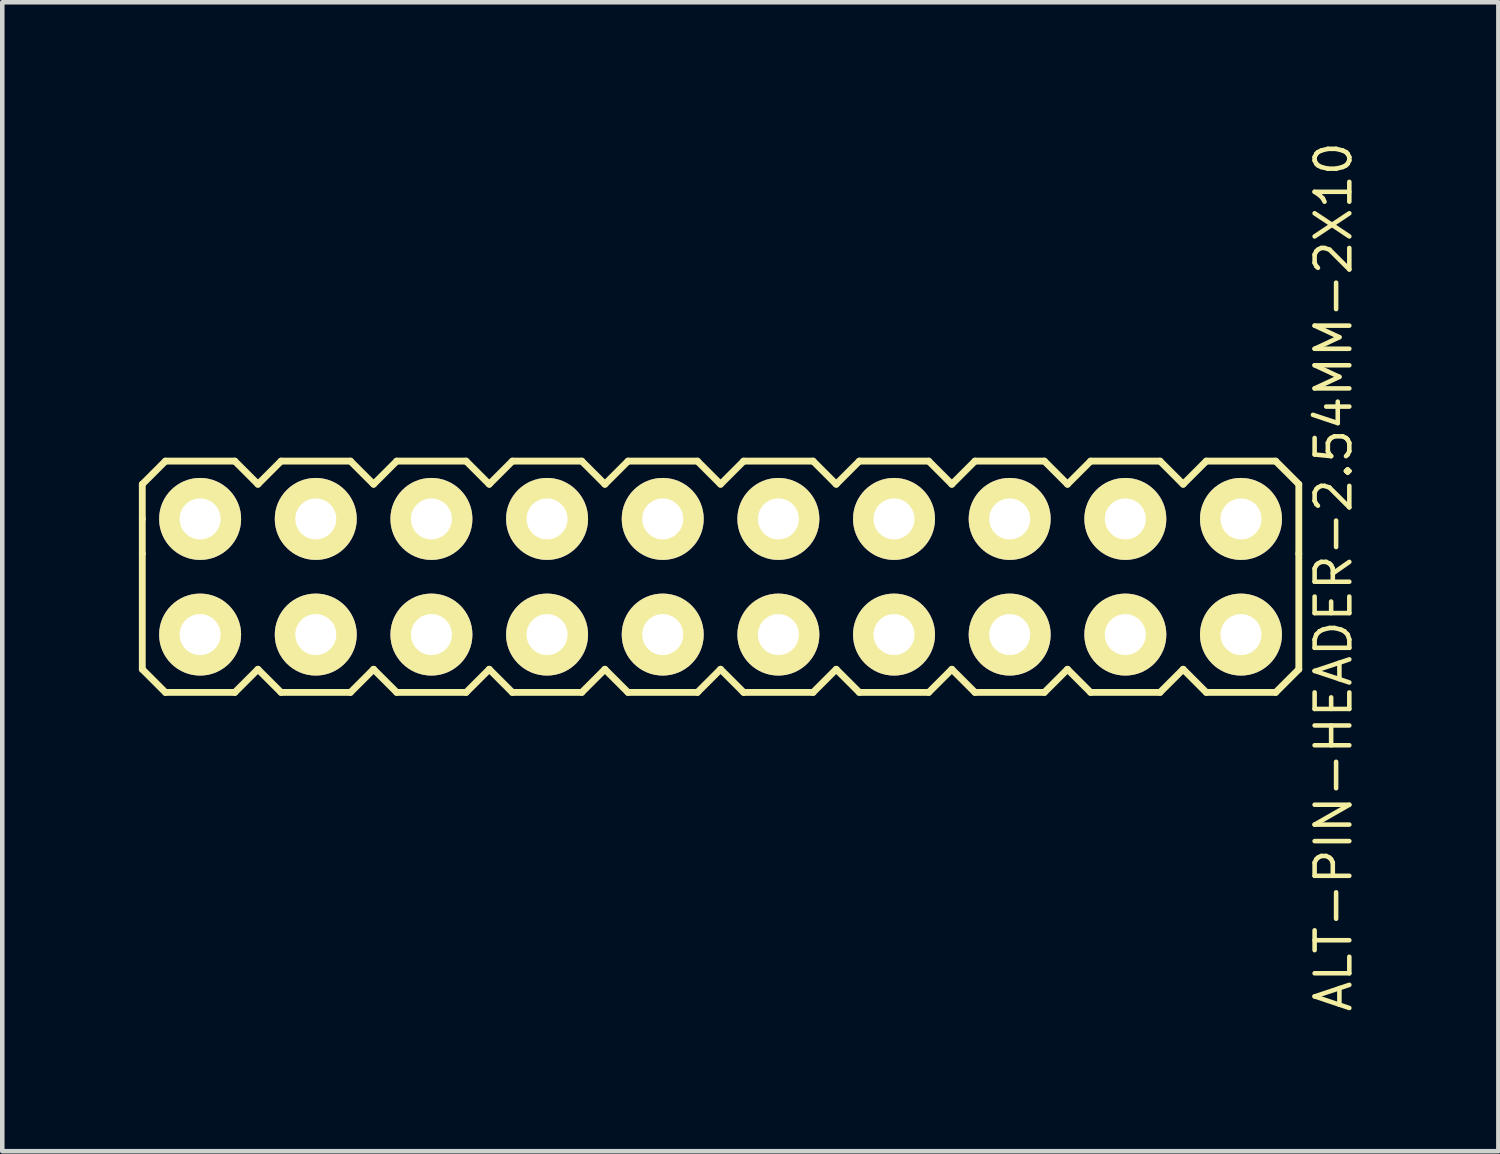
<source format=kicad_pcb>
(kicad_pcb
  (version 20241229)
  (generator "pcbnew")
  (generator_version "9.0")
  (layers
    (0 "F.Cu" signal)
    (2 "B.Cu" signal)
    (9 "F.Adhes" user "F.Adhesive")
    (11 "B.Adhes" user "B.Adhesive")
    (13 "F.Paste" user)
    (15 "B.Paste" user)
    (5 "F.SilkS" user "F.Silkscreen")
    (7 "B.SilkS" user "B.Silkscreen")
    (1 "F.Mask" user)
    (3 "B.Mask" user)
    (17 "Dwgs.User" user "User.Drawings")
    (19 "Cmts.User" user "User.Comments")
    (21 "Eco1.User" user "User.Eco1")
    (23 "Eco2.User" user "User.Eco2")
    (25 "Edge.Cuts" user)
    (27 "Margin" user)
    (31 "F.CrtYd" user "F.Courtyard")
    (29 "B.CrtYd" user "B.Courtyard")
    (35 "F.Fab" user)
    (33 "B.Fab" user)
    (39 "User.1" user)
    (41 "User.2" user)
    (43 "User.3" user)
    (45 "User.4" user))
  (footprint "ALT-PIN-HEADER-2.54MM-2X10"
    (layer "F.Cu")
    (at 12.775 9.617)
    (property "Reference" "ALT-PIN-HEADER-2.54MM-2X10" (at 13.462 0 90) (layer "F.SilkS") (effects (font (size 0.762 0.762) (thickness 0.1))))
    (attr through_hole)
    (fp_line (start -12.7 -2.032) (end -12.192 -2.54) (stroke (width 0.15) (type solid)) (layer "F.SilkS"))
    (fp_line (start -12.7 -1.27) (end -12.7 -2.032) (stroke (width 0.15) (type solid)) (layer "F.SilkS"))
    (fp_line (start -12.7 -0.508) (end -12.7 -1.27) (stroke (width 0.15) (type solid)) (layer "F.SilkS"))
    (fp_line (start -12.7 -0.508) (end -12.7 2.032) (stroke (width 0.15) (type solid)) (layer "F.SilkS"))
    (fp_line (start -12.7 2.032) (end -12.192 2.54) (stroke (width 0.15) (type solid)) (layer "F.SilkS"))
    (fp_line (start -12.192 -2.54) (end -10.668 -2.54) (stroke (width 0.15) (type solid)) (layer "F.SilkS"))
    (fp_line (start -12.192 2.54) (end -10.668 2.54) (stroke (width 0.15) (type solid)) (layer "F.SilkS"))
    (fp_line (start -10.668 -2.54) (end -10.16 -2.032) (stroke (width 0.15) (type solid)) (layer "F.SilkS"))
    (fp_line (start -10.668 2.54) (end -10.16 2.032) (stroke (width 0.15) (type solid)) (layer "F.SilkS"))
    (fp_line (start -10.16 -2.032) (end -9.652 -2.54) (stroke (width 0.15) (type solid)) (layer "F.SilkS"))
    (fp_line (start -10.16 2.032) (end -9.652 2.54) (stroke (width 0.15) (type solid)) (layer "F.SilkS"))
    (fp_line (start -9.652 -2.54) (end -8.128 -2.54) (stroke (width 0.15) (type solid)) (layer "F.SilkS"))
    (fp_line (start -9.652 2.54) (end -8.128 2.54) (stroke (width 0.15) (type solid)) (layer "F.SilkS"))
    (fp_line (start -8.128 -2.54) (end -7.62 -2.032) (stroke (width 0.15) (type solid)) (layer "F.SilkS"))
    (fp_line (start -8.128 2.54) (end -7.62 2.032) (stroke (width 0.15) (type solid)) (layer "F.SilkS"))
    (fp_line (start -7.62 -2.032) (end -7.112 -2.54) (stroke (width 0.15) (type solid)) (layer "F.SilkS"))
    (fp_line (start -7.62 2.032) (end -7.112 2.54) (stroke (width 0.15) (type solid)) (layer "F.SilkS"))
    (fp_line (start -7.112 -2.54) (end -5.588 -2.54) (stroke (width 0.15) (type solid)) (layer "F.SilkS"))
    (fp_line (start -7.112 2.54) (end -5.588 2.54) (stroke (width 0.15) (type solid)) (layer "F.SilkS"))
    (fp_line (start -5.588 -2.54) (end -5.08 -2.032) (stroke (width 0.15) (type solid)) (layer "F.SilkS"))
    (fp_line (start -5.588 2.54) (end -5.08 2.032) (stroke (width 0.15) (type solid)) (layer "F.SilkS"))
    (fp_line (start -5.08 -2.032) (end -4.572 -2.54) (stroke (width 0.15) (type solid)) (layer "F.SilkS"))
    (fp_line (start -5.08 2.032) (end -4.572 2.54) (stroke (width 0.15) (type solid)) (layer "F.SilkS"))
    (fp_line (start -4.572 -2.54) (end -3.048 -2.54) (stroke (width 0.15) (type solid)) (layer "F.SilkS"))
    (fp_line (start -4.572 2.54) (end -3.048 2.54) (stroke (width 0.15) (type solid)) (layer "F.SilkS"))
    (fp_line (start -3.048 -2.54) (end -2.54 -2.032) (stroke (width 0.15) (type solid)) (layer "F.SilkS"))
    (fp_line (start -3.048 2.54) (end -2.54 2.032) (stroke (width 0.15) (type solid)) (layer "F.SilkS"))
    (fp_line (start -2.54 -2.032) (end -2.032 -2.54) (stroke (width 0.15) (type solid)) (layer "F.SilkS"))
    (fp_line (start -2.54 2.032) (end -2.032 2.54) (stroke (width 0.15) (type solid)) (layer "F.SilkS"))
    (fp_line (start -2.032 -2.54) (end -0.508 -2.54) (stroke (width 0.15) (type solid)) (layer "F.SilkS"))
    (fp_line (start -2.032 2.54) (end -0.508 2.54) (stroke (width 0.15) (type solid)) (layer "F.SilkS"))
    (fp_line (start -0.508 -2.54) (end 0 -2.032) (stroke (width 0.15) (type solid)) (layer "F.SilkS"))
    (fp_line (start -0.508 2.54) (end 0 2.032) (stroke (width 0.15) (type solid)) (layer "F.SilkS"))
    (fp_line (start 0 -2.032) (end 0.508 -2.54) (stroke (width 0.15) (type solid)) (layer "F.SilkS"))
    (fp_line (start 0 2.032) (end 0.508 2.54) (stroke (width 0.15) (type solid)) (layer "F.SilkS"))
    (fp_line (start 0.508 -2.54) (end 2.032 -2.54) (stroke (width 0.15) (type solid)) (layer "F.SilkS"))
    (fp_line (start 0.508 2.54) (end 2.032 2.54) (stroke (width 0.15) (type solid)) (layer "F.SilkS"))
    (fp_line (start 2.032 -2.54) (end 2.54 -2.032) (stroke (width 0.15) (type solid)) (layer "F.SilkS"))
    (fp_line (start 2.032 2.54) (end 2.54 2.032) (stroke (width 0.15) (type solid)) (layer "F.SilkS"))
    (fp_line (start 2.54 -2.032) (end 3.048 -2.54) (stroke (width 0.15) (type solid)) (layer "F.SilkS"))
    (fp_line (start 2.54 2.032) (end 3.048 2.54) (stroke (width 0.15) (type solid)) (layer "F.SilkS"))
    (fp_line (start 3.048 -2.54) (end 4.572 -2.54) (stroke (width 0.15) (type solid)) (layer "F.SilkS"))
    (fp_line (start 3.048 2.54) (end 4.572 2.54) (stroke (width 0.15) (type solid)) (layer "F.SilkS"))
    (fp_line (start 4.572 -2.54) (end 5.08 -2.032) (stroke (width 0.15) (type solid)) (layer "F.SilkS"))
    (fp_line (start 4.572 2.54) (end 5.08 2.032) (stroke (width 0.15) (type solid)) (layer "F.SilkS"))
    (fp_line (start 5.08 -2.032) (end 5.588 -2.54) (stroke (width 0.15) (type solid)) (layer "F.SilkS"))
    (fp_line (start 5.08 2.032) (end 5.588 2.54) (stroke (width 0.15) (type solid)) (layer "F.SilkS"))
    (fp_line (start 5.588 -2.54) (end 7.112 -2.54) (stroke (width 0.15) (type solid)) (layer "F.SilkS"))
    (fp_line (start 5.588 2.54) (end 7.112 2.54) (stroke (width 0.15) (type solid)) (layer "F.SilkS"))
    (fp_line (start 7.112 -2.54) (end 7.62 -2.032) (stroke (width 0.15) (type solid)) (layer "F.SilkS"))
    (fp_line (start 7.112 2.54) (end 7.62 2.032) (stroke (width 0.15) (type solid)) (layer "F.SilkS"))
    (fp_line (start 7.62 -2.032) (end 8.128 -2.54) (stroke (width 0.15) (type solid)) (layer "F.SilkS"))
    (fp_line (start 7.62 2.032) (end 8.128 2.54) (stroke (width 0.15) (type solid)) (layer "F.SilkS"))
    (fp_line (start 8.128 -2.54) (end 9.652 -2.54) (stroke (width 0.15) (type solid)) (layer "F.SilkS"))
    (fp_line (start 8.128 2.54) (end 9.652 2.54) (stroke (width 0.15) (type solid)) (layer "F.SilkS"))
    (fp_line (start 9.652 -2.54) (end 10.16 -2.032) (stroke (width 0.15) (type solid)) (layer "F.SilkS"))
    (fp_line (start 9.652 2.54) (end 10.16 2.032) (stroke (width 0.15) (type solid)) (layer "F.SilkS"))
    (fp_line (start 10.16 -2.032) (end 10.668 -2.54) (stroke (width 0.15) (type solid)) (layer "F.SilkS"))
    (fp_line (start 10.16 2.032) (end 10.668 2.54) (stroke (width 0.15) (type solid)) (layer "F.SilkS"))
    (fp_line (start 10.668 -2.54) (end 12.192 -2.54) (stroke (width 0.15) (type solid)) (layer "F.SilkS"))
    (fp_line (start 10.668 2.54) (end 12.192 2.54) (stroke (width 0.15) (type solid)) (layer "F.SilkS"))
    (fp_line (start 12.192 -2.54) (end 12.7 -2.032) (stroke (width 0.15) (type solid)) (layer "F.SilkS"))
    (fp_line (start 12.192 2.54) (end 12.7 2.032) (stroke (width 0.15) (type solid)) (layer "F.SilkS"))
    (fp_line (start 12.7 -2.032) (end 12.7 -0.508) (stroke (width 0.15) (type solid)) (layer "F.SilkS"))
    (fp_line (start 12.7 2.032) (end 12.7 -0.508) (stroke (width 0.15) (type solid)) (layer "F.SilkS"))
    (pad "1" thru_hole circle (at -11.43 1.27) (size 1.8 1.8) (drill 0.9) (layers "*.Cu" "*.Mask" "F.SilkS"))
    (pad "2" thru_hole circle (at -11.43 -1.27) (size 1.8 1.8) (drill 0.9) (layers "*.Cu" "*.Mask" "F.SilkS"))
    (pad "3" thru_hole circle (at -8.89 1.27) (size 1.8 1.8) (drill 0.9) (layers "*.Cu" "*.Mask" "F.SilkS"))
    (pad "4" thru_hole circle (at -8.89 -1.27) (size 1.8 1.8) (drill 0.9) (layers "*.Cu" "*.Mask" "F.SilkS"))
    (pad "5" thru_hole circle (at -6.35 1.27) (size 1.8 1.8) (drill 0.9) (layers "*.Cu" "*.Mask" "F.SilkS"))
    (pad "6" thru_hole circle (at -6.35 -1.27) (size 1.8 1.8) (drill 0.9) (layers "*.Cu" "*.Mask" "F.SilkS"))
    (pad "7" thru_hole circle (at -3.81 1.27) (size 1.8 1.8) (drill 0.9) (layers "*.Cu" "*.Mask" "F.SilkS"))
    (pad "8" thru_hole circle (at -3.81 -1.27) (size 1.8 1.8) (drill 0.9) (layers "*.Cu" "*.Mask" "F.SilkS"))
    (pad "9" thru_hole circle (at -1.27 1.27) (size 1.8 1.8) (drill 0.9) (layers "*.Cu" "*.Mask" "F.SilkS"))
    (pad "10" thru_hole circle (at -1.27 -1.27) (size 1.8 1.8) (drill 0.9) (layers "*.Cu" "*.Mask" "F.SilkS"))
    (pad "11" thru_hole circle (at 1.27 1.27) (size 1.8 1.8) (drill 0.9) (layers "*.Cu" "*.Mask" "F.SilkS"))
    (pad "12" thru_hole circle (at 1.27 -1.27) (size 1.8 1.8) (drill 0.9) (layers "*.Cu" "*.Mask" "F.SilkS"))
    (pad "13" thru_hole circle (at 3.81 1.27) (size 1.8 1.8) (drill 0.9) (layers "*.Cu" "*.Mask" "F.SilkS"))
    (pad "14" thru_hole circle (at 3.81 -1.27) (size 1.8 1.8) (drill 0.9) (layers "*.Cu" "*.Mask" "F.SilkS"))
    (pad "15" thru_hole circle (at 6.35 1.27) (size 1.8 1.8) (drill 0.9) (layers "*.Cu" "*.Mask" "F.SilkS"))
    (pad "16" thru_hole circle (at 6.35 -1.27) (size 1.8 1.8) (drill 0.9) (layers "*.Cu" "*.Mask" "F.SilkS"))
    (pad "17" thru_hole circle (at 8.89 1.27) (size 1.8 1.8) (drill 0.9) (layers "*.Cu" "*.Mask" "F.SilkS"))
    (pad "18" thru_hole circle (at 8.89 -1.27) (size 1.8 1.8) (drill 0.9) (layers "*.Cu" "*.Mask" "F.SilkS"))
    (pad "19" thru_hole circle (at 11.43 1.27) (size 1.8 1.8) (drill 0.9) (layers "*.Cu" "*.Mask" "F.SilkS"))
    (pad "20" thru_hole circle (at 11.43 -1.27) (size 1.8 1.8) (drill 0.9) (layers "*.Cu" "*.Mask" "F.SilkS")))
  (gr_rect
    (start -3 -3)
    (end 29.858 22.234)
    (stroke (width 0.1) (type default))
    (fill no)
    (layer "Edge.Cuts")))
</source>
